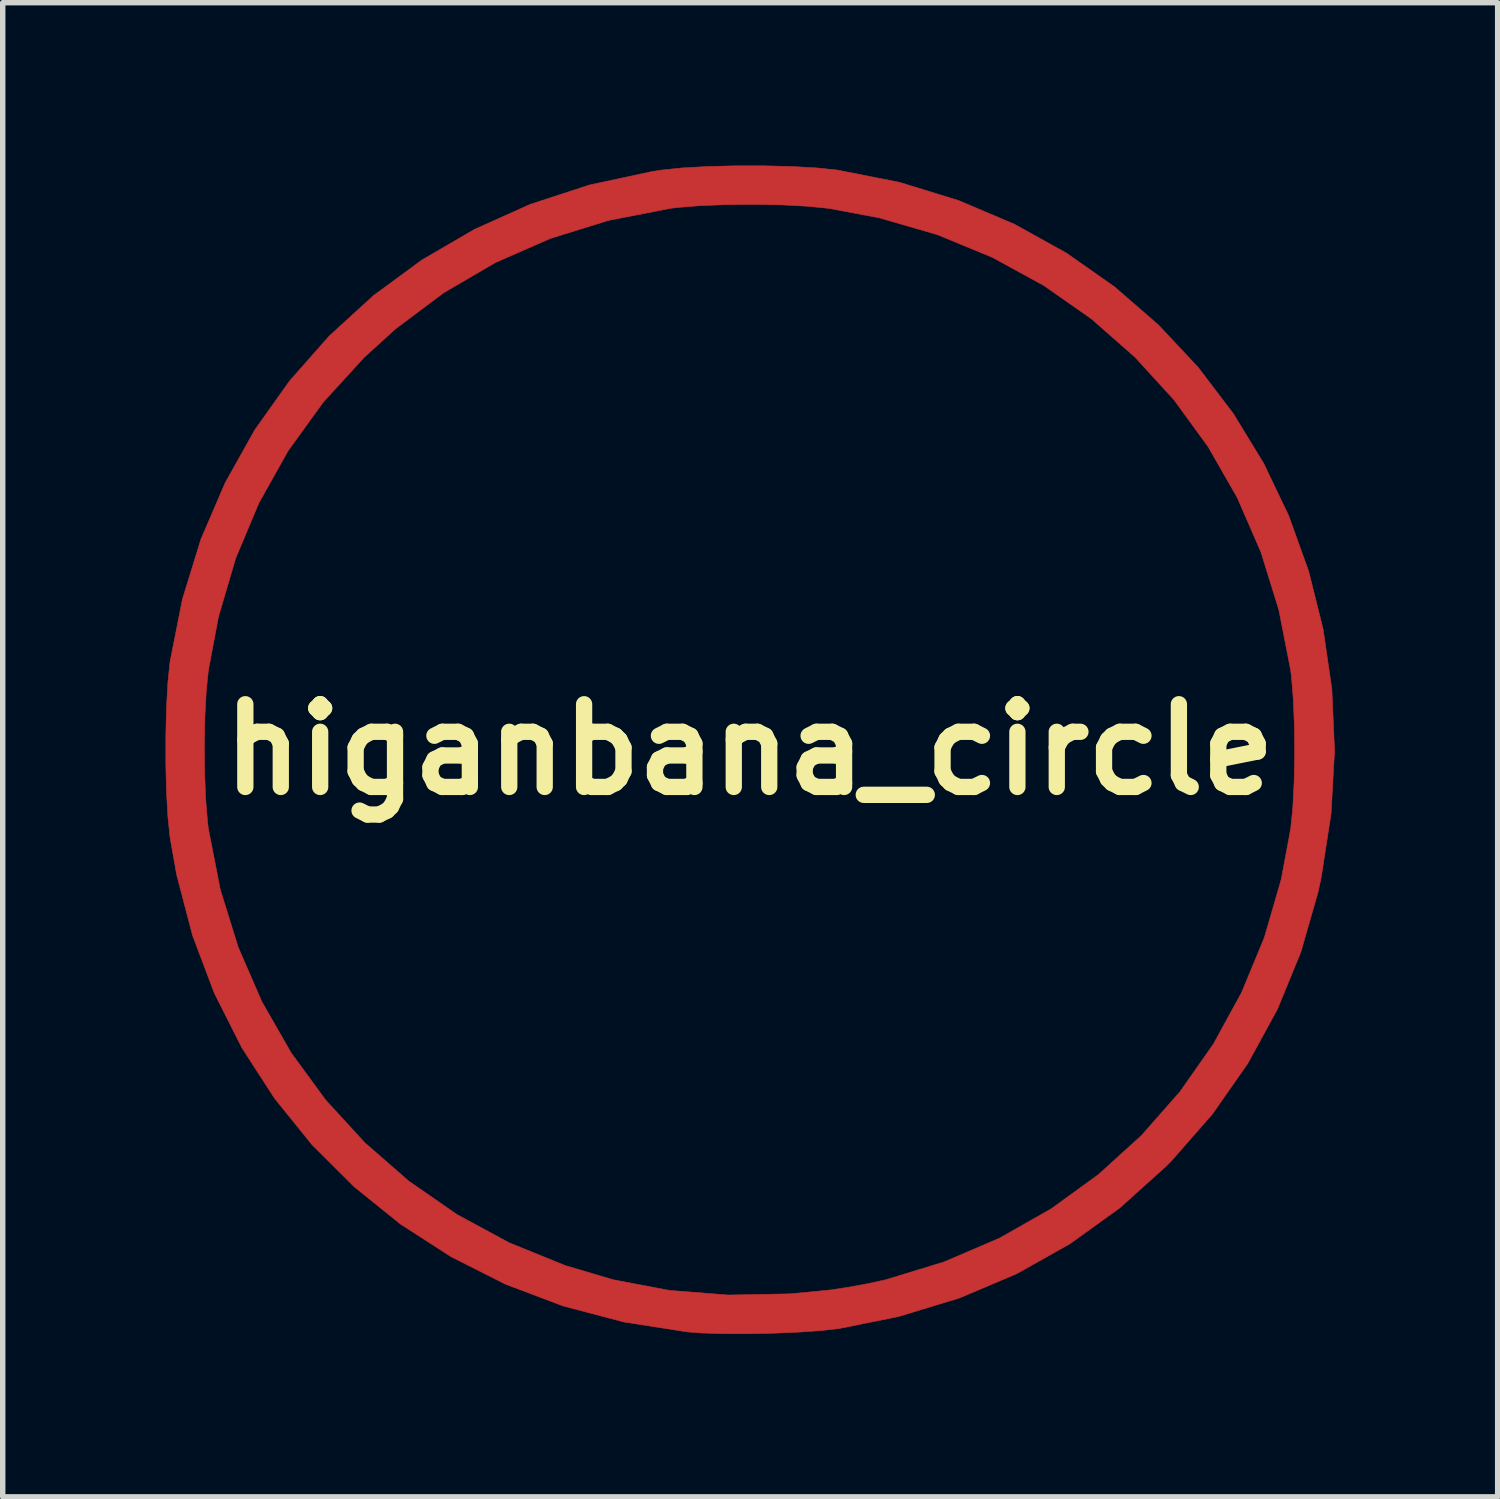
<source format=kicad_pcb>
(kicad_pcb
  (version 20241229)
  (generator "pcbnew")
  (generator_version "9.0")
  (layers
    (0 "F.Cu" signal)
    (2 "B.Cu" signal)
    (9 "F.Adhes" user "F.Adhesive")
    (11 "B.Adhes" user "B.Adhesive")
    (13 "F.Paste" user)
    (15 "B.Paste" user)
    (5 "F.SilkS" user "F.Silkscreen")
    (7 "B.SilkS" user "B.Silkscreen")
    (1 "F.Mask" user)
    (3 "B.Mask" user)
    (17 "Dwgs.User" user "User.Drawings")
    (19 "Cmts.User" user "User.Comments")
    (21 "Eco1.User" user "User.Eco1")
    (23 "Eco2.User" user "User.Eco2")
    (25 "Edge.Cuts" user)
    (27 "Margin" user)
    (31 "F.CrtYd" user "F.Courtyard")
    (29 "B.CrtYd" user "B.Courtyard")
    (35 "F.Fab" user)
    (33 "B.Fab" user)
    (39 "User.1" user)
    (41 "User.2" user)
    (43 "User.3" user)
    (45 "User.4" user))
  (footprint "higanbana_circle"
    (layer "F.Cu")
    (at 10.759 10.759)
    (property "Reference" "higanbana_circle" (at 0 0 0) (layer "F.SilkS") (effects (font (size 1.524 1.524) (thickness 0.3))))
    (attr through_hole)
    (fp_poly (pts (xy 0.783 -10.741) (xy 1.245 -10.715) (xy 1.618 -10.676) (xy 1.619 -10.676) (xy 2.767 -10.449) (xy 3.855 -10.114) (xy 4.881 -9.678) (xy 5.839 -9.146) (xy 6.725 -8.524) (xy 7.536 -7.82) (xy 8.266 -7.04) (xy 8.912 -6.19) (xy 9.47 -5.277) (xy 9.934 -4.306) (xy 10.301 -3.285) (xy 10.567 -2.219) (xy 10.728 -1.116) (xy 10.778 0.019) (xy 10.714 1.179) (xy 10.532 2.358) (xy 10.472 2.635) (xy 10.156 3.735) (xy 9.724 4.787) (xy 9.179 5.784) (xy 8.526 6.718) (xy 7.768 7.584) (xy 7.676 7.676) (xy 6.821 8.445) (xy 5.903 9.106) (xy 4.919 9.659) (xy 3.867 10.105) (xy 2.746 10.446) (xy 1.651 10.667) (xy 1.33 10.704) (xy 0.919 10.733) (xy 0.455 10.753) (xy -0.026 10.763) (xy -0.487 10.762) (xy -0.89 10.749) (xy -1.143 10.73) (xy -2.314 10.547) (xy -3.434 10.252) (xy -4.497 9.85) (xy -5.496 9.346) (xy -6.427 8.746) (xy -7.284 8.055) (xy -8.062 7.279) (xy -8.753 6.423) (xy -9.354 5.492) (xy -9.859 4.491) (xy -10.261 3.427) (xy -10.555 2.304) (xy -10.676 1.619) (xy -10.715 1.247) (xy -10.741 0.785) (xy -10.754 0.269) (xy -10.754 -0.092) (xy -10.044 -0.092) (xy -10.039 0.431) (xy -10.019 0.922) (xy -9.985 1.342) (xy -9.97 1.46) (xy -9.751 2.579) (xy -9.42 3.644) (xy -8.983 4.649) (xy -8.445 5.588) (xy -7.811 6.455) (xy -7.087 7.245) (xy -6.278 7.951) (xy -5.389 8.567) (xy -4.426 9.088) (xy -3.394 9.507) (xy -2.508 9.769) (xy -1.478 9.964) (xy -0.391 10.05) (xy 0.742 10.028) (xy 1.46 9.96) (xy 1.8 9.91) (xy 2.174 9.842) (xy 2.503 9.77) (xy 2.508 9.769) (xy 3.589 9.438) (xy 4.607 9.001) (xy 5.555 8.463) (xy 6.428 7.83) (xy 7.222 7.109) (xy 7.93 6.305) (xy 8.547 5.425) (xy 9.067 4.474) (xy 9.486 3.46) (xy 9.797 2.387) (xy 9.97 1.46) (xy 10.009 1.075) (xy 10.033 0.603) (xy 10.043 0.085) (xy 10.038 -0.439) (xy 10.018 -0.93) (xy 9.984 -1.348) (xy 9.97 -1.46) (xy 9.751 -2.577) (xy 9.421 -3.64) (xy 8.985 -4.642) (xy 8.449 -5.578) (xy 7.82 -6.443) (xy 7.101 -7.229) (xy 6.301 -7.933) (xy 5.424 -8.547) (xy 4.476 -9.066) (xy 3.462 -9.485) (xy 2.39 -9.796) (xy 1.46 -9.97) (xy 1.074 -10.009) (xy 0.603 -10.034) (xy 0.086 -10.044) (xy -0.437 -10.039) (xy -0.927 -10.019) (xy -1.343 -9.985) (xy -1.46 -9.97) (xy -2.595 -9.749) (xy -3.669 -9.416) (xy -4.681 -8.972) (xy -5.632 -8.417) (xy -6.521 -7.751) (xy -7.104 -7.221) (xy -7.855 -6.398) (xy -8.5 -5.505) (xy -9.038 -4.546) (xy -9.467 -3.524) (xy -9.785 -2.443) (xy -9.97 -1.46) (xy -10.009 -1.078) (xy -10.034 -0.609) (xy -10.044 -0.092) (xy -10.754 -0.092) (xy -10.754 -0.266) (xy -10.741 -0.783) (xy -10.715 -1.245) (xy -10.676 -1.618) (xy -10.676 -1.619) (xy -10.447 -2.774) (xy -10.107 -3.875) (xy -9.66 -4.915) (xy -9.114 -5.89) (xy -8.472 -6.793) (xy -7.742 -7.62) (xy -6.928 -8.364) (xy -6.036 -9.019) (xy -5.072 -9.581) (xy -4.042 -10.044) (xy -2.95 -10.401) (xy -1.804 -10.647) (xy -1.619 -10.676) (xy -1.247 -10.715) (xy -0.785 -10.741) (xy -0.269 -10.754) (xy 0.266 -10.754) (xy 0.783 -10.741)) (stroke (width 0.01) (type solid)) (fill yes) (layer "F.Cu")))
  (gr_rect
    (start -3 -3)
    (end 24.542 24.527)
    (stroke (width 0.1) (type default))
    (fill no)
    (layer "Edge.Cuts")))
</source>
